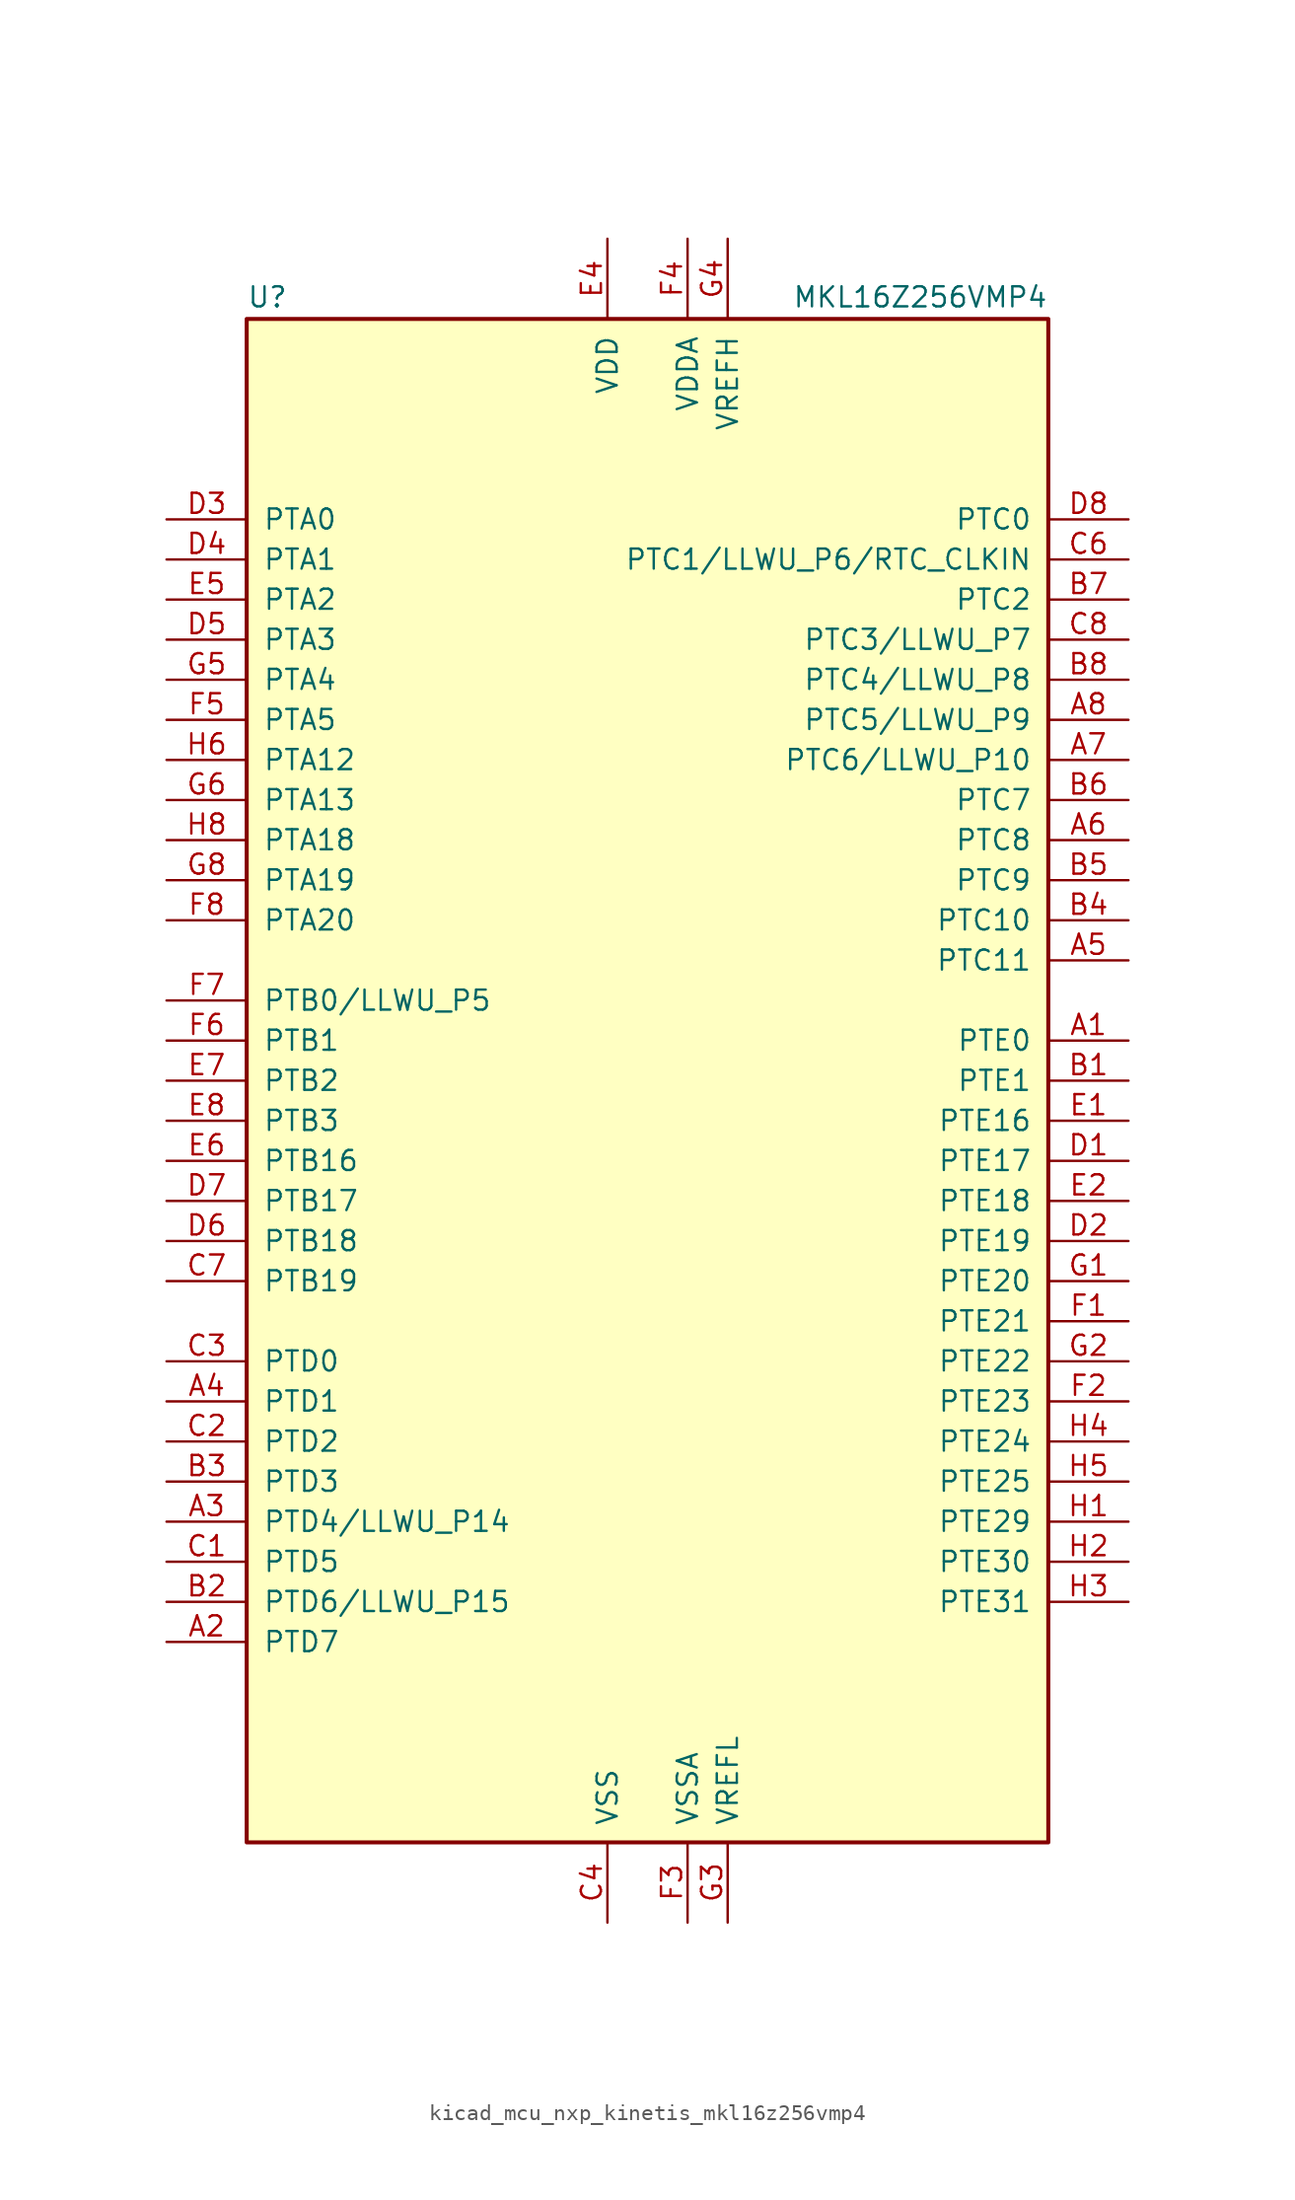
<source format=kicad_sym>
(kicad_symbol_lib
  (version 20220914)
  (generator kicad_symbol_editor)
  (symbol "kicad_mcu_nxp_kinetis_mkl16z256vmp4"
    (pin_names
      (offset 1.016))
    (property "Reference" "U"
      (at -25.4 48.895 0)
      (effects (font (size 1.27 1.27)) (justify left bottom)))
    (property "Value" "MKL16Z256VMP4"
      (at 25.4 48.895 0)
      (effects (font (size 1.27 1.27)) (justify right bottom)))
    (symbol "kicad_mcu_nxp_kinetis_mkl16z256vmp4_0_1"
      (rectangle (start -25.4 48.26) (end 25.4 -48.26) (stroke (width 0.254) (type default)) (fill (type background))))
    (symbol "kicad_mcu_nxp_kinetis_mkl16z256vmp4_1_1"
      (pin bidirectional line (at 30.48 2.54 180) (length 5.08) (name "PTE0" (effects (font (size 1.27 1.27)))) (number "A1" (effects (font (size 1.27 1.27)))))
      (pin bidirectional line (at -30.48 -35.56 0) (length 5.08) (name "PTD7" (effects (font (size 1.27 1.27)))) (number "A2" (effects (font (size 1.27 1.27)))))
      (pin bidirectional line (at -30.48 -27.94 0) (length 5.08) (name "PTD4/LLWU_P14" (effects (font (size 1.27 1.27)))) (number "A3" (effects (font (size 1.27 1.27)))))
      (pin bidirectional line (at -30.48 -20.32 0) (length 5.08) (name "PTD1" (effects (font (size 1.27 1.27)))) (number "A4" (effects (font (size 1.27 1.27)))))
      (pin bidirectional line (at 30.48 7.62 180) (length 5.08) (name "PTC11" (effects (font (size 1.27 1.27)))) (number "A5" (effects (font (size 1.27 1.27)))))
      (pin bidirectional line (at 30.48 15.24 180) (length 5.08) (name "PTC8" (effects (font (size 1.27 1.27)))) (number "A6" (effects (font (size 1.27 1.27)))))
      (pin bidirectional line (at 30.48 20.32 180) (length 5.08) (name "PTC6/LLWU_P10" (effects (font (size 1.27 1.27)))) (number "A7" (effects (font (size 1.27 1.27)))))
      (pin bidirectional line (at 30.48 22.86 180) (length 5.08) (name "PTC5/LLWU_P9" (effects (font (size 1.27 1.27)))) (number "A8" (effects (font (size 1.27 1.27)))))
      (pin bidirectional line (at 30.48 0 180) (length 5.08) (name "PTE1" (effects (font (size 1.27 1.27)))) (number "B1" (effects (font (size 1.27 1.27)))))
      (pin bidirectional line (at -30.48 -33.02 0) (length 5.08) (name "PTD6/LLWU_P15" (effects (font (size 1.27 1.27)))) (number "B2" (effects (font (size 1.27 1.27)))))
      (pin bidirectional line (at -30.48 -25.4 0) (length 5.08) (name "PTD3" (effects (font (size 1.27 1.27)))) (number "B3" (effects (font (size 1.27 1.27)))))
      (pin bidirectional line (at 30.48 10.16 180) (length 5.08) (name "PTC10" (effects (font (size 1.27 1.27)))) (number "B4" (effects (font (size 1.27 1.27)))))
      (pin bidirectional line (at 30.48 12.7 180) (length 5.08) (name "PTC9" (effects (font (size 1.27 1.27)))) (number "B5" (effects (font (size 1.27 1.27)))))
      (pin bidirectional line (at 30.48 17.78 180) (length 5.08) (name "PTC7" (effects (font (size 1.27 1.27)))) (number "B6" (effects (font (size 1.27 1.27)))))
      (pin bidirectional line (at 30.48 30.48 180) (length 5.08) (name "PTC2" (effects (font (size 1.27 1.27)))) (number "B7" (effects (font (size 1.27 1.27)))))
      (pin bidirectional line (at 30.48 25.4 180) (length 5.08) (name "PTC4/LLWU_P8" (effects (font (size 1.27 1.27)))) (number "B8" (effects (font (size 1.27 1.27)))))
      (pin bidirectional line (at -30.48 -30.48 0) (length 5.08) (name "PTD5" (effects (font (size 1.27 1.27)))) (number "C1" (effects (font (size 1.27 1.27)))))
      (pin bidirectional line (at -30.48 -22.86 0) (length 5.08) (name "PTD2" (effects (font (size 1.27 1.27)))) (number "C2" (effects (font (size 1.27 1.27)))))
      (pin bidirectional line (at -30.48 -17.78 0) (length 5.08) (name "PTD0" (effects (font (size 1.27 1.27)))) (number "C3" (effects (font (size 1.27 1.27)))))
      (pin power_in line (at -2.54 -53.34 90) (length 5.08) (name "VSS" (effects (font (size 1.27 1.27)))) (number "C4" (effects (font (size 1.27 1.27)))))
      (pin no_connect line (at -15.24 -48.26 90) (length 5.08) hide (name "NC" (effects (font (size 1.27 1.27)))) (number "C5" (effects (font (size 1.27 1.27)))))
      (pin bidirectional line (at 30.48 33.02 180) (length 5.08) (name "PTC1/LLWU_P6/RTC_CLKIN" (effects (font (size 1.27 1.27)))) (number "C6" (effects (font (size 1.27 1.27)))))
      (pin bidirectional line (at -30.48 -12.7 0) (length 5.08) (name "PTB19" (effects (font (size 1.27 1.27)))) (number "C7" (effects (font (size 1.27 1.27)))))
      (pin bidirectional line (at 30.48 27.94 180) (length 5.08) (name "PTC3/LLWU_P7" (effects (font (size 1.27 1.27)))) (number "C8" (effects (font (size 1.27 1.27)))))
      (pin bidirectional line (at 30.48 -5.08 180) (length 5.08) (name "PTE17" (effects (font (size 1.27 1.27)))) (number "D1" (effects (font (size 1.27 1.27)))))
      (pin bidirectional line (at 30.48 -10.16 180) (length 5.08) (name "PTE19" (effects (font (size 1.27 1.27)))) (number "D2" (effects (font (size 1.27 1.27)))))
      (pin bidirectional line (at -30.48 35.56 0) (length 5.08) (name "PTA0" (effects (font (size 1.27 1.27)))) (number "D3" (effects (font (size 1.27 1.27)))))
      (pin bidirectional line (at -30.48 33.02 0) (length 5.08) (name "PTA1" (effects (font (size 1.27 1.27)))) (number "D4" (effects (font (size 1.27 1.27)))))
      (pin bidirectional line (at -30.48 27.94 0) (length 5.08) (name "PTA3" (effects (font (size 1.27 1.27)))) (number "D5" (effects (font (size 1.27 1.27)))))
      (pin bidirectional line (at -30.48 -10.16 0) (length 5.08) (name "PTB18" (effects (font (size 1.27 1.27)))) (number "D6" (effects (font (size 1.27 1.27)))))
      (pin bidirectional line (at -30.48 -7.62 0) (length 5.08) (name "PTB17" (effects (font (size 1.27 1.27)))) (number "D7" (effects (font (size 1.27 1.27)))))
      (pin bidirectional line (at 30.48 35.56 180) (length 5.08) (name "PTC0" (effects (font (size 1.27 1.27)))) (number "D8" (effects (font (size 1.27 1.27)))))
      (pin bidirectional line (at 30.48 -2.54 180) (length 5.08) (name "PTE16" (effects (font (size 1.27 1.27)))) (number "E1" (effects (font (size 1.27 1.27)))))
      (pin bidirectional line (at 30.48 -7.62 180) (length 5.08) (name "PTE18" (effects (font (size 1.27 1.27)))) (number "E2" (effects (font (size 1.27 1.27)))))
      (pin passive line (at -2.54 -53.34 90) (length 5.08) hide (name "VSS" (effects (font (size 1.27 1.27)))) (number "E3" (effects (font (size 1.27 1.27)))))
      (pin power_in line (at -2.54 53.34 270) (length 5.08) (name "VDD" (effects (font (size 1.27 1.27)))) (number "E4" (effects (font (size 1.27 1.27)))))
      (pin bidirectional line (at -30.48 30.48 0) (length 5.08) (name "PTA2" (effects (font (size 1.27 1.27)))) (number "E5" (effects (font (size 1.27 1.27)))))
      (pin bidirectional line (at -30.48 -5.08 0) (length 5.08) (name "PTB16" (effects (font (size 1.27 1.27)))) (number "E6" (effects (font (size 1.27 1.27)))))
      (pin bidirectional line (at -30.48 0 0) (length 5.08) (name "PTB2" (effects (font (size 1.27 1.27)))) (number "E7" (effects (font (size 1.27 1.27)))))
      (pin bidirectional line (at -30.48 -2.54 0) (length 5.08) (name "PTB3" (effects (font (size 1.27 1.27)))) (number "E8" (effects (font (size 1.27 1.27)))))
      (pin bidirectional line (at 30.48 -15.24 180) (length 5.08) (name "PTE21" (effects (font (size 1.27 1.27)))) (number "F1" (effects (font (size 1.27 1.27)))))
      (pin bidirectional line (at 30.48 -20.32 180) (length 5.08) (name "PTE23" (effects (font (size 1.27 1.27)))) (number "F2" (effects (font (size 1.27 1.27)))))
      (pin power_in line (at 2.54 -53.34 90) (length 5.08) (name "VSSA" (effects (font (size 1.27 1.27)))) (number "F3" (effects (font (size 1.27 1.27)))))
      (pin power_in line (at 2.54 53.34 270) (length 5.08) (name "VDDA" (effects (font (size 1.27 1.27)))) (number "F4" (effects (font (size 1.27 1.27)))))
      (pin bidirectional line (at -30.48 22.86 0) (length 5.08) (name "PTA5" (effects (font (size 1.27 1.27)))) (number "F5" (effects (font (size 1.27 1.27)))))
      (pin bidirectional line (at -30.48 2.54 0) (length 5.08) (name "PTB1" (effects (font (size 1.27 1.27)))) (number "F6" (effects (font (size 1.27 1.27)))))
      (pin bidirectional line (at -30.48 5.08 0) (length 5.08) (name "PTB0/LLWU_P5" (effects (font (size 1.27 1.27)))) (number "F7" (effects (font (size 1.27 1.27)))))
      (pin bidirectional line (at -30.48 10.16 0) (length 5.08) (name "PTA20" (effects (font (size 1.27 1.27)))) (number "F8" (effects (font (size 1.27 1.27)))))
      (pin bidirectional line (at 30.48 -12.7 180) (length 5.08) (name "PTE20" (effects (font (size 1.27 1.27)))) (number "G1" (effects (font (size 1.27 1.27)))))
      (pin bidirectional line (at 30.48 -17.78 180) (length 5.08) (name "PTE22" (effects (font (size 1.27 1.27)))) (number "G2" (effects (font (size 1.27 1.27)))))
      (pin power_in line (at 5.08 -53.34 90) (length 5.08) (name "VREFL" (effects (font (size 1.27 1.27)))) (number "G3" (effects (font (size 1.27 1.27)))))
      (pin power_in line (at 5.08 53.34 270) (length 5.08) (name "VREFH" (effects (font (size 1.27 1.27)))) (number "G4" (effects (font (size 1.27 1.27)))))
      (pin bidirectional line (at -30.48 25.4 0) (length 5.08) (name "PTA4" (effects (font (size 1.27 1.27)))) (number "G5" (effects (font (size 1.27 1.27)))))
      (pin bidirectional line (at -30.48 17.78 0) (length 5.08) (name "PTA13" (effects (font (size 1.27 1.27)))) (number "G6" (effects (font (size 1.27 1.27)))))
      (pin passive line (at -2.54 53.34 270) (length 5.08) hide (name "VDD" (effects (font (size 1.27 1.27)))) (number "G7" (effects (font (size 1.27 1.27)))))
      (pin bidirectional line (at -30.48 12.7 0) (length 5.08) (name "PTA19" (effects (font (size 1.27 1.27)))) (number "G8" (effects (font (size 1.27 1.27)))))
      (pin bidirectional line (at 30.48 -27.94 180) (length 5.08) (name "PTE29" (effects (font (size 1.27 1.27)))) (number "H1" (effects (font (size 1.27 1.27)))))
      (pin bidirectional line (at 30.48 -30.48 180) (length 5.08) (name "PTE30" (effects (font (size 1.27 1.27)))) (number "H2" (effects (font (size 1.27 1.27)))))
      (pin bidirectional line (at 30.48 -33.02 180) (length 5.08) (name "PTE31" (effects (font (size 1.27 1.27)))) (number "H3" (effects (font (size 1.27 1.27)))))
      (pin bidirectional line (at 30.48 -22.86 180) (length 5.08) (name "PTE24" (effects (font (size 1.27 1.27)))) (number "H4" (effects (font (size 1.27 1.27)))))
      (pin bidirectional line (at 30.48 -25.4 180) (length 5.08) (name "PTE25" (effects (font (size 1.27 1.27)))) (number "H5" (effects (font (size 1.27 1.27)))))
      (pin bidirectional line (at -30.48 20.32 0) (length 5.08) (name "PTA12" (effects (font (size 1.27 1.27)))) (number "H6" (effects (font (size 1.27 1.27)))))
      (pin passive line (at -2.54 -53.34 90) (length 5.08) hide (name "VSS" (effects (font (size 1.27 1.27)))) (number "H7" (effects (font (size 1.27 1.27)))))
      (pin bidirectional line (at -30.48 15.24 0) (length 5.08) (name "PTA18" (effects (font (size 1.27 1.27)))) (number "H8" (effects (font (size 1.27 1.27))))))))
</source>
